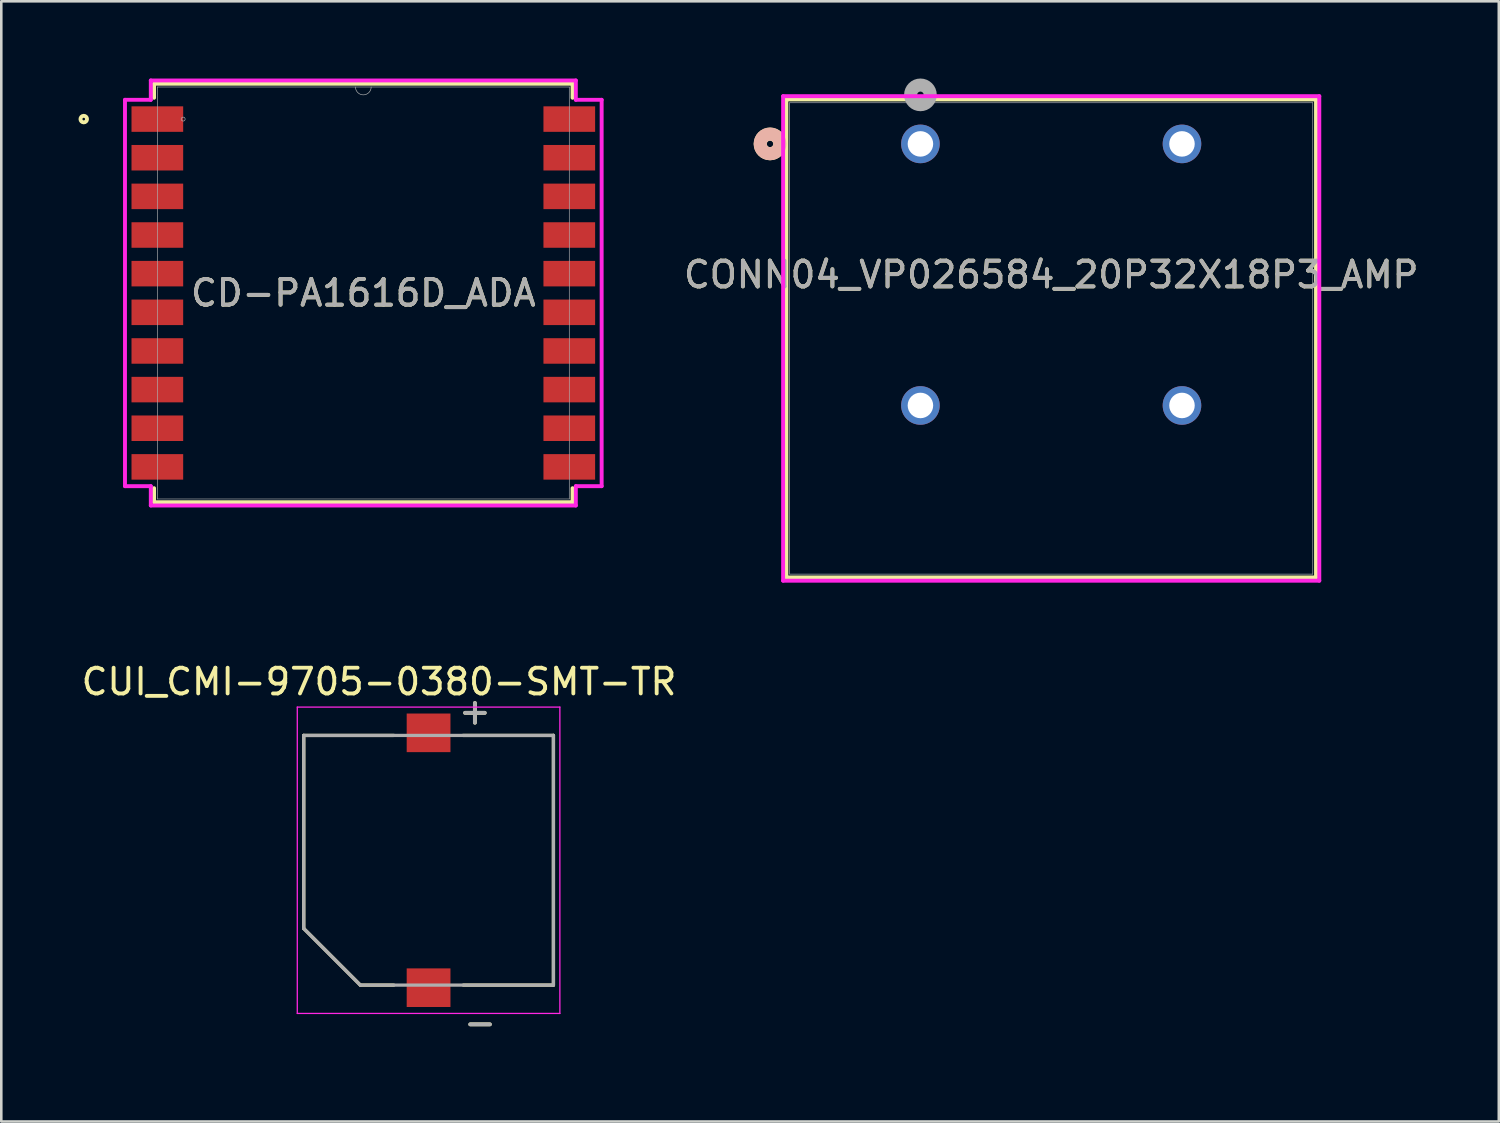
<source format=kicad_pcb>
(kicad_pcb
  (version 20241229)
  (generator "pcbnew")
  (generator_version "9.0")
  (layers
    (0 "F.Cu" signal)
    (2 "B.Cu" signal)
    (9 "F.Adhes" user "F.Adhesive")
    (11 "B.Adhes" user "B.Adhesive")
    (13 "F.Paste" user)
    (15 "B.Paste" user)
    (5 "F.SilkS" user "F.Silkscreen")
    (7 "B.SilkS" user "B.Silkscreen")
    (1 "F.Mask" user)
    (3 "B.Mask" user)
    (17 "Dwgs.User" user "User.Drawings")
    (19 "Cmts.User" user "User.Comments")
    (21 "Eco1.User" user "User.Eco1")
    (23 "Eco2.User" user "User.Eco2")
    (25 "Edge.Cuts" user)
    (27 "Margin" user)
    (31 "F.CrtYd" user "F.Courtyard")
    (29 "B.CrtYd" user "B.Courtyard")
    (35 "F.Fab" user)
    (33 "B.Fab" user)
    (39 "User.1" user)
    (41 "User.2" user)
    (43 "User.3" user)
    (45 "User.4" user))
  (footprint "CONN04_VP026584_20P32X18P3_AMP"
    (layer "F.Cu")
    (at 32.704 2.54)
    (property "Reference" "CONN04_VP026584_20P32X18P3_AMP" (at 5.08 5.08 0) (unlocked yes) (layer "F.SilkS") (effects (font (size 1 1) (thickness 0.15))))
    (attr through_hole)
    (fp_line (start -5.207 -1.727) (end -5.207 16.84) (stroke (width 0.152) (type solid)) (layer "F.SilkS"))
    (fp_line (start -5.207 16.84) (end 15.367 16.84) (stroke (width 0.152) (type solid)) (layer "F.SilkS"))
    (fp_line (start 15.367 -1.727) (end -5.207 -1.727) (stroke (width 0.152) (type solid)) (layer "F.SilkS"))
    (fp_line (start 15.367 16.84) (end 15.367 -1.727) (stroke (width 0.152) (type solid)) (layer "F.SilkS"))
    (fp_circle (center -5.842 0) (end -5.461 0) (stroke (width 0.508) (type solid)) (fill no) (layer "F.SilkS"))
    (fp_circle (center -5.842 0) (end -5.461 0) (stroke (width 0.508) (type solid)) (fill no) (layer "B.SilkS"))
    (fp_line (start -5.334 -1.854) (end -5.334 16.967) (stroke (width 0.152) (type solid)) (layer "F.CrtYd"))
    (fp_line (start -5.334 16.967) (end 15.494 16.967) (stroke (width 0.152) (type solid)) (layer "F.CrtYd"))
    (fp_line (start 15.494 -1.854) (end -5.334 -1.854) (stroke (width 0.152) (type solid)) (layer "F.CrtYd"))
    (fp_line (start 15.494 16.967) (end 15.494 -1.854) (stroke (width 0.152) (type solid)) (layer "F.CrtYd"))
    (fp_line (start -5.08 -1.6) (end -5.08 16.713) (stroke (width 0.025) (type solid)) (layer "F.Fab"))
    (fp_line (start -5.08 16.713) (end 15.24 16.713) (stroke (width 0.025) (type solid)) (layer "F.Fab"))
    (fp_line (start 15.24 -1.6) (end -5.08 -1.6) (stroke (width 0.025) (type solid)) (layer "F.Fab"))
    (fp_line (start 15.24 16.713) (end 15.24 -1.6) (stroke (width 0.025) (type solid)) (layer "F.Fab"))
    (fp_circle (center 0 -1.905) (end 0.381 -1.905) (stroke (width 0.508) (type solid)) (fill no) (layer "F.Fab"))
    (fp_text user "${REFERENCE}" (at 5.08 5.08 0) (unlocked yes) (layer "F.Fab") (effects (font (size 1 1) (thickness 0.15))))
    (pad "1" thru_hole circle (at 0 0) (size 1.499 1.499) (drill 0.991) (layers "*.Cu" "*.Mask"))
    (pad "2" thru_hole circle (at 0 10.16) (size 1.499 1.499) (drill 0.991) (layers "*.Cu" "*.Mask"))
    (pad "3" thru_hole circle (at 10.16 0) (size 1.499 1.499) (drill 0.991) (layers "*.Cu" "*.Mask"))
    (pad "4" thru_hole circle (at 10.16 10.16) (size 1.499 1.499) (drill 0.991) (layers "*.Cu" "*.Mask")))
  (footprint "CUI_CMI-9705-0380-SMT-TR"
    (layer "F.Cu")
    (at 13.598 30.367)
    (property "Reference" "CUI_CMI-9705-0380-SMT-TR" (at -1.925 -6.935 0) (layer "F.SilkS") (effects (font (size 1 1) (thickness 0.15))))
    (attr smd)
    (fp_line (start -4.85 -4.85) (end -4.85 2.65) (stroke (width 0.127) (type solid)) (layer "F.SilkS"))
    (fp_line (start -4.85 2.65) (end -2.65 4.85) (stroke (width 0.127) (type solid)) (layer "F.SilkS"))
    (fp_line (start -2.65 4.85) (end -1.35 4.85) (stroke (width 0.127) (type solid)) (layer "F.SilkS"))
    (fp_line (start -1.35 -4.85) (end -4.85 -4.85) (stroke (width 0.127) (type solid)) (layer "F.SilkS"))
    (fp_line (start 1.35 4.85) (end 4.85 4.85) (stroke (width 0.127) (type solid)) (layer "F.SilkS"))
    (fp_line (start 4.85 -4.85) (end 1.34 -4.85) (stroke (width 0.127) (type solid)) (layer "F.SilkS"))
    (fp_line (start 4.85 4.85) (end 4.85 -4.85) (stroke (width 0.127) (type solid)) (layer "F.SilkS"))
    (fp_line (start -5.1 -5.95) (end 5.1 -5.95) (stroke (width 0.05) (type solid)) (layer "F.CrtYd"))
    (fp_line (start -5.1 5.95) (end -5.1 -5.95) (stroke (width 0.05) (type solid)) (layer "F.CrtYd"))
    (fp_line (start 5.1 -5.95) (end 5.1 5.95) (stroke (width 0.05) (type solid)) (layer "F.CrtYd"))
    (fp_line (start 5.1 5.95) (end -5.1 5.95) (stroke (width 0.05) (type solid)) (layer "F.CrtYd"))
    (fp_line (start -4.85 -4.85) (end -4.85 2.65) (stroke (width 0.127) (type solid)) (layer "F.Fab"))
    (fp_line (start -4.85 -4.85) (end 4.85 -4.85) (stroke (width 0.127) (type solid)) (layer "F.Fab"))
    (fp_line (start -4.85 2.65) (end -2.65 4.85) (stroke (width 0.127) (type solid)) (layer "F.Fab"))
    (fp_line (start 4.85 -4.85) (end 4.85 4.85) (stroke (width 0.127) (type solid)) (layer "F.Fab"))
    (fp_line (start 4.85 4.85) (end -2.65 4.85) (stroke (width 0.127) (type solid)) (layer "F.Fab"))
    (fp_text user "+" (at 1.8 -5.8 0) (layer "F.SilkS") (effects (font (size 1 1) (thickness 0.15))))
    (fp_text user "-" (at 2 6.3 0) (layer "F.SilkS") (effects (font (size 1 1) (thickness 0.15))))
    (fp_text user "-" (at 2 6.3 0) (layer "F.Fab") (effects (font (size 1 1) (thickness 0.15))))
    (fp_text user "+" (at 1.8 -5.8 0) (layer "F.Fab") (effects (font (size 1 1) (thickness 0.15))))
    (pad "N" smd rect (at 0 4.95) (size 1.7 1.5) (layers "F.Cu" "F.Mask" "F.Paste"))
    (pad "P" smd rect (at 0 -4.95) (size 1.7 1.5) (layers "F.Cu" "F.Mask" "F.Paste")))
  (footprint "CD-PA1616D_ADA"
    (layer "F.Cu")
    (at 11.063 8.331)
    (property "Reference" "CD-PA1616D_ADA" (at 0 0 0) (unlocked yes) (layer "F.SilkS") (effects (font (size 1 1) (thickness 0.15))))
    (attr smd)
    (fp_line (start -8.128 -8.128) (end -8.128 -7.583) (stroke (width 0.152) (type solid)) (layer "F.SilkS"))
    (fp_line (start -8.128 7.583) (end -8.128 8.128) (stroke (width 0.152) (type solid)) (layer "F.SilkS"))
    (fp_line (start -8.128 8.128) (end 8.128 8.128) (stroke (width 0.152) (type solid)) (layer "F.SilkS"))
    (fp_line (start 8.128 -8.128) (end -8.128 -8.128) (stroke (width 0.152) (type solid)) (layer "F.SilkS"))
    (fp_line (start 8.128 -7.583) (end 8.128 -8.128) (stroke (width 0.152) (type solid)) (layer "F.SilkS"))
    (fp_line (start 8.128 8.128) (end 8.128 7.583) (stroke (width 0.152) (type solid)) (layer "F.SilkS"))
    (fp_circle (center -10.86 -6.755) (end -10.733 -6.755) (stroke (width 0.152) (type solid)) (fill no) (layer "F.SilkS"))
    (fp_poly (pts (xy 0.648 -0.451) (xy 0.636 -0.568) (xy 0.602 -0.68) (xy 0.547 -0.783) (xy 0.473 -0.873) (xy 0.382 -0.947) (xy 0.279 -1.003) (xy 0.167 -1.037) (xy 0.051 -1.048) (xy -0.066 -1.037) (xy -0.178 -1.003) (xy -0.281 -0.947) (xy -0.371 -0.873) (xy -0.446 -0.783) (xy -0.501 -0.68) (xy -0.535 -0.568) (xy -0.546 -0.451) (xy -0.535 -0.335) (xy -0.501 -0.223) (xy -0.446 -0.119) (xy -0.371 -0.029) (xy -0.281 0.045) (xy -0.178 0.1) (xy -0.066 0.134) (xy 0.051 0.146) (xy 0.167 0.134) (xy 0.279 0.1) (xy 0.382 0.045) (xy 0.473 -0.029) (xy 0.547 -0.119) (xy 0.602 -0.223) (xy 0.636 -0.335)) (stroke (width 0.1) (type solid)) (fill no) (layer "Eco2.User"))
    (fp_line (start -9.258 -7.504) (end -8.255 -7.504) (stroke (width 0.152) (type solid)) (layer "F.CrtYd"))
    (fp_line (start -9.258 7.504) (end -9.258 -7.504) (stroke (width 0.152) (type solid)) (layer "F.CrtYd"))
    (fp_line (start -9.258 7.504) (end -8.255 7.504) (stroke (width 0.152) (type solid)) (layer "F.CrtYd"))
    (fp_line (start -8.255 -8.255) (end 8.255 -8.255) (stroke (width 0.152) (type solid)) (layer "F.CrtYd"))
    (fp_line (start -8.255 -7.504) (end -8.255 -8.255) (stroke (width 0.152) (type solid)) (layer "F.CrtYd"))
    (fp_line (start -8.255 8.255) (end -8.255 7.504) (stroke (width 0.152) (type solid)) (layer "F.CrtYd"))
    (fp_line (start 8.255 -8.255) (end 8.255 -7.504) (stroke (width 0.152) (type solid)) (layer "F.CrtYd"))
    (fp_line (start 8.255 7.504) (end 8.255 8.255) (stroke (width 0.152) (type solid)) (layer "F.CrtYd"))
    (fp_line (start 8.255 8.255) (end -8.255 8.255) (stroke (width 0.152) (type solid)) (layer "F.CrtYd"))
    (fp_line (start 9.258 -7.504) (end 8.255 -7.504) (stroke (width 0.152) (type solid)) (layer "F.CrtYd"))
    (fp_line (start 9.258 -7.504) (end 9.258 7.504) (stroke (width 0.152) (type solid)) (layer "F.CrtYd"))
    (fp_line (start 9.258 7.504) (end 8.255 7.504) (stroke (width 0.152) (type solid)) (layer "F.CrtYd"))
    (fp_line (start -8.001 -8.001) (end -8.001 8.001) (stroke (width 0.025) (type solid)) (layer "F.Fab"))
    (fp_line (start -8.001 8.001) (end 8.001 8.001) (stroke (width 0.025) (type solid)) (layer "F.Fab"))
    (fp_line (start 8.001 -8.001) (end -8.001 -8.001) (stroke (width 0.025) (type solid)) (layer "F.Fab"))
    (fp_line (start 8.001 8.001) (end 8.001 -8.001) (stroke (width 0.025) (type solid)) (layer "F.Fab"))
    (fp_arc (start 0.3048 -8.001) (mid 0 -7.6962) (end -0.3048 -8.001) (stroke (width 0.0254) (type solid)) (layer "F.Fab"))
    (fp_circle (center -6.998 -6.755) (end -6.921 -6.755) (stroke (width 0.025) (type solid)) (fill no) (layer "F.Fab"))
    (fp_text user "${REFERENCE}" (at 0 0 0) (unlocked yes) (layer "F.Fab") (effects (font (size 1 1) (thickness 0.15))))
    (pad "1" smd rect (at -8.001 -6.755) (size 2.007 0.991) (layers "F.Cu" "F.Mask" "F.Paste"))
    (pad "2" smd rect (at -8.001 -5.254) (size 2.007 0.991) (layers "F.Cu" "F.Mask" "F.Paste"))
    (pad "3" smd rect (at -8.001 -3.753) (size 2.007 0.991) (layers "F.Cu" "F.Mask" "F.Paste"))
    (pad "4" smd rect (at -8.001 -2.252) (size 2.007 0.991) (layers "F.Cu" "F.Mask" "F.Paste"))
    (pad "5" smd rect (at -8.001 -0.751) (size 2.007 0.991) (layers "F.Cu" "F.Mask" "F.Paste"))
    (pad "6" smd rect (at -8.001 0.751) (size 2.007 0.991) (layers "F.Cu" "F.Mask" "F.Paste"))
    (pad "7" smd rect (at -8.001 2.252) (size 2.007 0.991) (layers "F.Cu" "F.Mask" "F.Paste"))
    (pad "8" smd rect (at -8.001 3.753) (size 2.007 0.991) (layers "F.Cu" "F.Mask" "F.Paste"))
    (pad "9" smd rect (at -8.001 5.254) (size 2.007 0.991) (layers "F.Cu" "F.Mask" "F.Paste"))
    (pad "10" smd rect (at -8.001 6.755) (size 2.007 0.991) (layers "F.Cu" "F.Mask" "F.Paste"))
    (pad "11" smd rect (at 8.001 6.755) (size 2.007 0.991) (layers "F.Cu" "F.Mask" "F.Paste"))
    (pad "12" smd rect (at 8.001 5.254) (size 2.007 0.991) (layers "F.Cu" "F.Mask" "F.Paste"))
    (pad "13" smd rect (at 8.001 3.753) (size 2.007 0.991) (layers "F.Cu" "F.Mask" "F.Paste"))
    (pad "14" smd rect (at 8.001 2.252) (size 2.007 0.991) (layers "F.Cu" "F.Mask" "F.Paste"))
    (pad "15" smd rect (at 8.001 0.751) (size 2.007 0.991) (layers "F.Cu" "F.Mask" "F.Paste"))
    (pad "16" smd rect (at 8.001 -0.751) (size 2.007 0.991) (layers "F.Cu" "F.Mask" "F.Paste"))
    (pad "17" smd rect (at 8.001 -2.252) (size 2.007 0.991) (layers "F.Cu" "F.Mask" "F.Paste"))
    (pad "18" smd rect (at 8.001 -3.753) (size 2.007 0.991) (layers "F.Cu" "F.Mask" "F.Paste"))
    (pad "19" smd rect (at 8.001 -5.254) (size 2.007 0.991) (layers "F.Cu" "F.Mask" "F.Paste"))
    (pad "20" smd rect (at 8.001 -6.755) (size 2.007 0.991) (layers "F.Cu" "F.Mask" "F.Paste")))
  (gr_rect
    (start -3 -3)
    (end 55.171 40.515)
    (stroke (width 0.1) (type default))
    (fill no)
    (layer "Edge.Cuts")))
</source>
